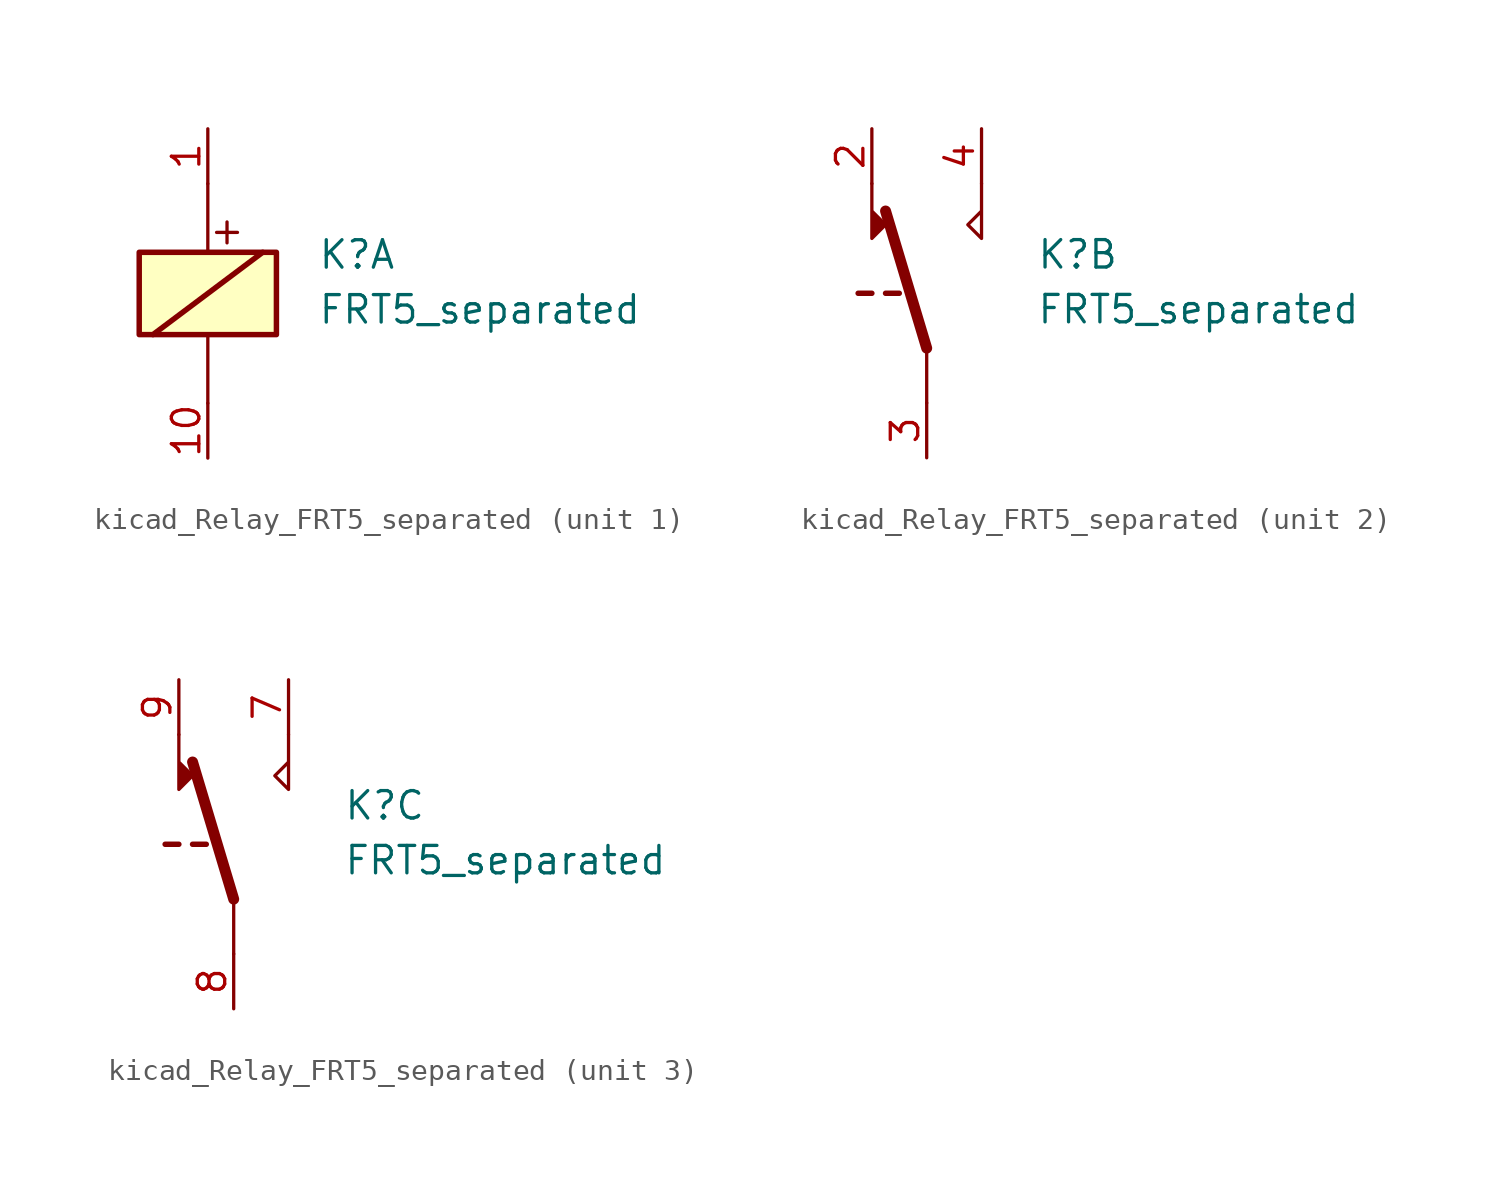
<source format=kicad_sym>
(kicad_symbol_lib
  (version 20220914)
  (generator kicad_symbol_editor)
  (symbol "kicad_Relay_FRT5_separated"
    (property "Reference" "K"
      (at 5.08 2.54 0)
      (effects (font (size 1.27 1.27)) (justify left top)))
    (property "Value" "FRT5_separated"
      (at 5.08 0 0)
      (effects (font (size 1.27 1.27)) (justify left top)))
    (symbol "kicad_Relay_FRT5_separated_1_0"
      (text "+" (at 0.889 2.921 0) (effects (font (size 1.27 1.27)))))
    (symbol "kicad_Relay_FRT5_separated_1_1"
      (rectangle (start -3.175 1.905) (end 3.175 -1.905) (stroke (width 0.254) (type default)) (fill (type background)))
      (polyline (pts (xy -2.54 -1.905) (xy 2.54 1.905)) (stroke (width 0.254) (type default)) (fill (type none)))
      (polyline (pts (xy 0 -5.08) (xy 0 -1.905)) (stroke (width 0) (type default)) (fill (type none)))
      (polyline (pts (xy 0 5.08) (xy 0 1.905)) (stroke (width 0) (type default)) (fill (type none)))
      (pin passive line (at 0 7.62 270) (length 2.54) (name "~" (effects (font (size 1.27 1.27)))) (number "1" (effects (font (size 1.27 1.27)))))
      (pin passive line (at 0 -7.62 90) (length 2.54) (name "~" (effects (font (size 1.27 1.27)))) (number "10" (effects (font (size 1.27 1.27))))))
    (symbol "kicad_Relay_FRT5_separated_2_1"
      (polyline (pts (xy -3.175 0) (xy -2.54 0)) (stroke (width 0.254) (type default)) (fill (type none)))
      (polyline (pts (xy -1.905 0) (xy -1.27 0)) (stroke (width 0.254) (type default)) (fill (type none)))
      (polyline (pts (xy 0 -2.54) (xy -1.905 3.81)) (stroke (width 0.508) (type default)) (fill (type none)))
      (polyline (pts (xy 0 -2.54) (xy 0 -5.08)) (stroke (width 0) (type default)) (fill (type none)))
      (polyline (pts (xy -2.54 5.08) (xy -2.54 2.54) (xy -1.905 3.175) (xy -2.54 3.81)) (stroke (width 0) (type default)) (fill (type outline)))
      (polyline (pts (xy 2.54 5.08) (xy 2.54 2.54) (xy 1.905 3.175) (xy 2.54 3.81)) (stroke (width 0) (type default)) (fill (type none)))
      (pin passive line (at -2.54 7.62 270) (length 2.54) (name "~" (effects (font (size 1.27 1.27)))) (number "2" (effects (font (size 1.27 1.27)))))
      (pin passive line (at 0 -7.62 90) (length 2.54) (name "~" (effects (font (size 1.27 1.27)))) (number "3" (effects (font (size 1.27 1.27)))))
      (pin passive line (at 2.54 7.62 270) (length 2.54) (name "~" (effects (font (size 1.27 1.27)))) (number "4" (effects (font (size 1.27 1.27))))))
    (symbol "kicad_Relay_FRT5_separated_3_1"
      (polyline (pts (xy -3.175 0) (xy -2.54 0)) (stroke (width 0.254) (type default)) (fill (type none)))
      (polyline (pts (xy -1.905 0) (xy -1.27 0)) (stroke (width 0.254) (type default)) (fill (type none)))
      (polyline (pts (xy 0 -2.54) (xy -1.905 3.81)) (stroke (width 0.508) (type default)) (fill (type none)))
      (polyline (pts (xy 0 -2.54) (xy 0 -5.08)) (stroke (width 0) (type default)) (fill (type none)))
      (polyline (pts (xy -2.54 5.08) (xy -2.54 2.54) (xy -1.905 3.175) (xy -2.54 3.81)) (stroke (width 0) (type default)) (fill (type outline)))
      (polyline (pts (xy 2.54 5.08) (xy 2.54 2.54) (xy 1.905 3.175) (xy 2.54 3.81)) (stroke (width 0) (type default)) (fill (type none)))
      (pin passive line (at 2.54 7.62 270) (length 2.54) (name "~" (effects (font (size 1.27 1.27)))) (number "7" (effects (font (size 1.27 1.27)))))
      (pin passive line (at 0 -7.62 90) (length 2.54) (name "~" (effects (font (size 1.27 1.27)))) (number "8" (effects (font (size 1.27 1.27)))))
      (pin passive line (at -2.54 7.62 270) (length 2.54) (name "~" (effects (font (size 1.27 1.27)))) (number "9" (effects (font (size 1.27 1.27))))))))
</source>
